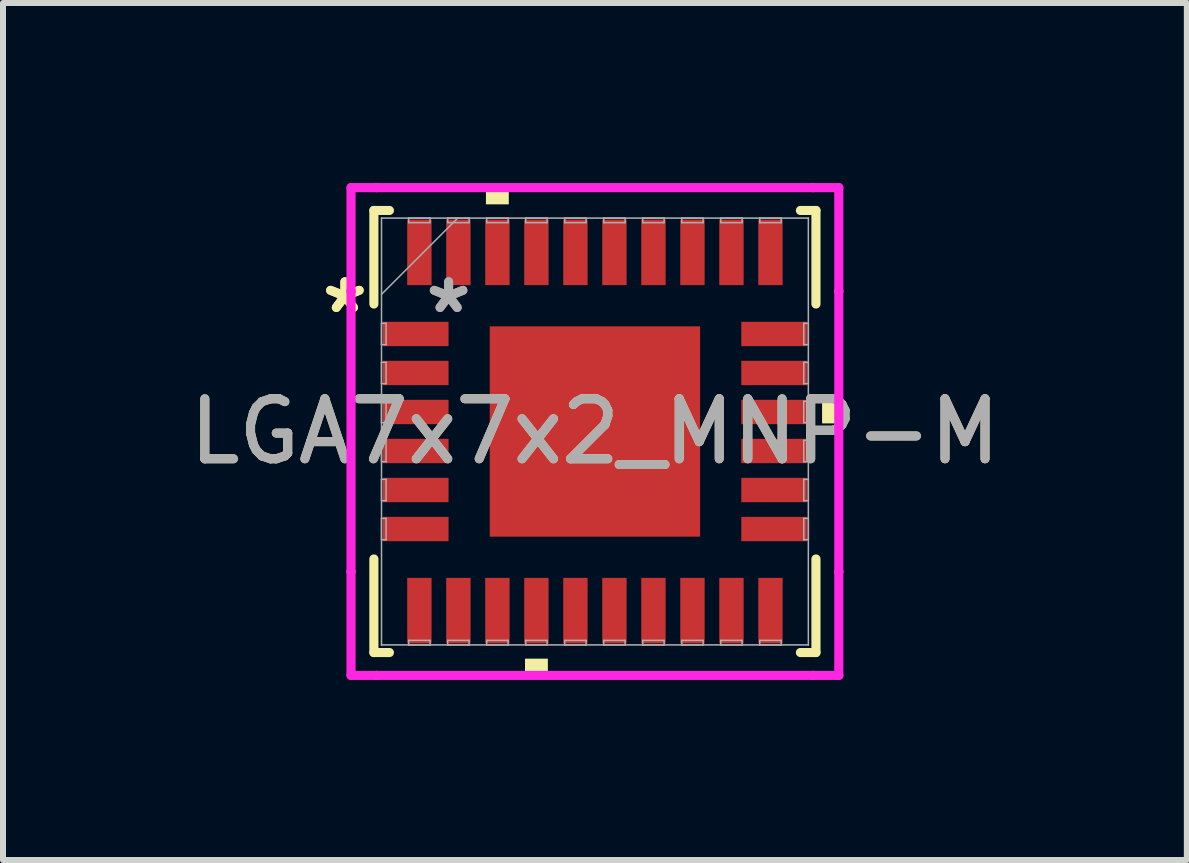
<source format=kicad_pcb>
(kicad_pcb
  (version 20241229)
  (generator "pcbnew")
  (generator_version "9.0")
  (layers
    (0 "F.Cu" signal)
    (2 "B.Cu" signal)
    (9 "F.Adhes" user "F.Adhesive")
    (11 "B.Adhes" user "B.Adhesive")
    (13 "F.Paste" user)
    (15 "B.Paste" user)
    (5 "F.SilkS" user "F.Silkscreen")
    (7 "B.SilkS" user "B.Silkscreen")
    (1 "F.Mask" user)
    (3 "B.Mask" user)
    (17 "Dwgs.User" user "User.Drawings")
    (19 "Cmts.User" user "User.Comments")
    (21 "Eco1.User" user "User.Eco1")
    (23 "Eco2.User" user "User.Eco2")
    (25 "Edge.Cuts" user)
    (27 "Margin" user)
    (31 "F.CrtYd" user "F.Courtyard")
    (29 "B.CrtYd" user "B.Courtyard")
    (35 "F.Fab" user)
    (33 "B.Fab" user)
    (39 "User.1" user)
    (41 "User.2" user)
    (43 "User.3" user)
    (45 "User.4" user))
  (footprint "LGA7x7x2_MNP-M"
    (layer "F.Cu")
    (at 6.863 4.14)
    (property "Reference" "LGA7x7x2_MNP-M" (at 0 0 0) (unlocked yes) (layer "F.SilkS") (effects (font (size 1 1) (thickness 0.15))))
    (attr smd)
    (fp_line (start -3.683 -3.683) (end -3.683 -2.124) (stroke (width 0.152) (type solid)) (layer "F.SilkS"))
    (fp_line (start -3.683 2.124) (end -3.683 3.683) (stroke (width 0.152) (type solid)) (layer "F.SilkS"))
    (fp_line (start -3.683 3.683) (end -3.424 3.683) (stroke (width 0.152) (type solid)) (layer "F.SilkS"))
    (fp_line (start -3.424 -3.683) (end -3.683 -3.683) (stroke (width 0.152) (type solid)) (layer "F.SilkS"))
    (fp_line (start 3.424 3.683) (end 3.683 3.683) (stroke (width 0.152) (type solid)) (layer "F.SilkS"))
    (fp_line (start 3.683 -3.683) (end 3.424 -3.683) (stroke (width 0.152) (type solid)) (layer "F.SilkS"))
    (fp_line (start 3.683 -2.124) (end 3.683 -3.683) (stroke (width 0.152) (type solid)) (layer "F.SilkS"))
    (fp_line (start 3.683 3.683) (end 3.683 2.124) (stroke (width 0.152) (type solid)) (layer "F.SilkS"))
    (fp_poly (pts (xy -1.816 -3.785) (xy -1.816 -4.039) (xy -1.435 -4.039) (xy -1.435 -3.785)) (stroke (width 0) (type solid)) (fill yes) (layer "F.SilkS"))
    (fp_poly (pts (xy -1.165 3.785) (xy -1.165 4.039) (xy -0.784 4.039) (xy -0.784 3.785)) (stroke (width 0) (type solid)) (fill yes) (layer "F.SilkS"))
    (fp_poly (pts (xy 4.039 -0.516) (xy 4.039 -0.135) (xy 3.785 -0.135) (xy 3.785 -0.516)) (stroke (width 0) (type solid)) (fill yes) (layer "F.SilkS"))
    (fp_poly (pts (xy -1.653 -1.653) (xy -1.653 -0.1) (xy -0.1 -0.1) (xy -0.1 -1.653)) (stroke (width 0) (type solid)) (fill yes) (layer "F.Paste"))
    (fp_poly (pts (xy -1.653 0.1) (xy -1.653 1.653) (xy -0.1 1.653) (xy -0.1 0.1)) (stroke (width 0) (type solid)) (fill yes) (layer "F.Paste"))
    (fp_poly (pts (xy 0.1 -1.653) (xy 0.1 -0.1) (xy 1.653 -0.1) (xy 1.653 -1.653)) (stroke (width 0) (type solid)) (fill yes) (layer "F.Paste"))
    (fp_poly (pts (xy 0.1 0.1) (xy 0.1 1.653) (xy 1.653 1.653) (xy 1.653 0.1)) (stroke (width 0) (type solid)) (fill yes) (layer "F.Paste"))
    (fp_line (start -4.064 -4.064) (end -3.636 -4.064) (stroke (width 0.152) (type solid)) (layer "F.CrtYd"))
    (fp_line (start -4.064 -2.336) (end -4.064 -4.064) (stroke (width 0.152) (type solid)) (layer "F.CrtYd"))
    (fp_line (start -4.064 -2.336) (end -4.064 -2.336) (stroke (width 0.152) (type solid)) (layer "F.CrtYd"))
    (fp_line (start -4.064 2.336) (end -4.064 -2.336) (stroke (width 0.152) (type solid)) (layer "F.CrtYd"))
    (fp_line (start -4.064 2.336) (end -4.064 2.336) (stroke (width 0.152) (type solid)) (layer "F.CrtYd"))
    (fp_line (start -4.064 4.064) (end -4.064 2.336) (stroke (width 0.152) (type solid)) (layer "F.CrtYd"))
    (fp_line (start -3.636 -4.064) (end -3.636 -4.064) (stroke (width 0.152) (type solid)) (layer "F.CrtYd"))
    (fp_line (start -3.636 -4.064) (end 3.636 -4.064) (stroke (width 0.152) (type solid)) (layer "F.CrtYd"))
    (fp_line (start -3.636 4.064) (end -4.064 4.064) (stroke (width 0.152) (type solid)) (layer "F.CrtYd"))
    (fp_line (start -3.636 4.064) (end -3.636 4.064) (stroke (width 0.152) (type solid)) (layer "F.CrtYd"))
    (fp_line (start 3.636 -4.064) (end 3.636 -4.064) (stroke (width 0.152) (type solid)) (layer "F.CrtYd"))
    (fp_line (start 3.636 -4.064) (end 4.064 -4.064) (stroke (width 0.152) (type solid)) (layer "F.CrtYd"))
    (fp_line (start 3.636 4.064) (end -3.636 4.064) (stroke (width 0.152) (type solid)) (layer "F.CrtYd"))
    (fp_line (start 3.636 4.064) (end 3.636 4.064) (stroke (width 0.152) (type solid)) (layer "F.CrtYd"))
    (fp_line (start 4.064 -4.064) (end 4.064 -2.336) (stroke (width 0.152) (type solid)) (layer "F.CrtYd"))
    (fp_line (start 4.064 -2.336) (end 4.064 -2.336) (stroke (width 0.152) (type solid)) (layer "F.CrtYd"))
    (fp_line (start 4.064 -2.336) (end 4.064 2.336) (stroke (width 0.152) (type solid)) (layer "F.CrtYd"))
    (fp_line (start 4.064 2.336) (end 4.064 2.336) (stroke (width 0.152) (type solid)) (layer "F.CrtYd"))
    (fp_line (start 4.064 2.336) (end 4.064 4.064) (stroke (width 0.152) (type solid)) (layer "F.CrtYd"))
    (fp_line (start 4.064 4.064) (end 3.636 4.064) (stroke (width 0.152) (type solid)) (layer "F.CrtYd"))
    (fp_line (start -3.556 -3.556) (end -3.556 -3.556) (stroke (width 0.025) (type solid)) (layer "F.Fab"))
    (fp_line (start -3.556 -3.556) (end -3.556 3.556) (stroke (width 0.025) (type solid)) (layer "F.Fab"))
    (fp_line (start -3.556 -2.286) (end -2.286 -3.556) (stroke (width 0.025) (type solid)) (layer "F.Fab"))
    (fp_line (start -3.556 -1.803) (end -3.48 -1.803) (stroke (width 0.025) (type solid)) (layer "F.Fab"))
    (fp_line (start -3.556 -1.447) (end -3.556 -1.803) (stroke (width 0.025) (type solid)) (layer "F.Fab"))
    (fp_line (start -3.556 -1.153) (end -3.48 -1.153) (stroke (width 0.025) (type solid)) (layer "F.Fab"))
    (fp_line (start -3.556 -0.797) (end -3.556 -1.153) (stroke (width 0.025) (type solid)) (layer "F.Fab"))
    (fp_line (start -3.556 -0.503) (end -3.48 -0.503) (stroke (width 0.025) (type solid)) (layer "F.Fab"))
    (fp_line (start -3.556 -0.147) (end -3.556 -0.503) (stroke (width 0.025) (type solid)) (layer "F.Fab"))
    (fp_line (start -3.556 0.147) (end -3.48 0.147) (stroke (width 0.025) (type solid)) (layer "F.Fab"))
    (fp_line (start -3.556 0.503) (end -3.556 0.147) (stroke (width 0.025) (type solid)) (layer "F.Fab"))
    (fp_line (start -3.556 0.797) (end -3.48 0.797) (stroke (width 0.025) (type solid)) (layer "F.Fab"))
    (fp_line (start -3.556 1.153) (end -3.556 0.797) (stroke (width 0.025) (type solid)) (layer "F.Fab"))
    (fp_line (start -3.556 1.447) (end -3.48 1.447) (stroke (width 0.025) (type solid)) (layer "F.Fab"))
    (fp_line (start -3.556 1.803) (end -3.556 1.447) (stroke (width 0.025) (type solid)) (layer "F.Fab"))
    (fp_line (start -3.556 3.556) (end -3.556 3.556) (stroke (width 0.025) (type solid)) (layer "F.Fab"))
    (fp_line (start -3.556 3.556) (end 3.556 3.556) (stroke (width 0.025) (type solid)) (layer "F.Fab"))
    (fp_line (start -3.48 -1.803) (end -3.48 -1.447) (stroke (width 0.025) (type solid)) (layer "F.Fab"))
    (fp_line (start -3.48 -1.447) (end -3.556 -1.447) (stroke (width 0.025) (type solid)) (layer "F.Fab"))
    (fp_line (start -3.48 -1.153) (end -3.48 -0.797) (stroke (width 0.025) (type solid)) (layer "F.Fab"))
    (fp_line (start -3.48 -0.797) (end -3.556 -0.797) (stroke (width 0.025) (type solid)) (layer "F.Fab"))
    (fp_line (start -3.48 -0.503) (end -3.48 -0.147) (stroke (width 0.025) (type solid)) (layer "F.Fab"))
    (fp_line (start -3.48 -0.147) (end -3.556 -0.147) (stroke (width 0.025) (type solid)) (layer "F.Fab"))
    (fp_line (start -3.48 0.147) (end -3.48 0.503) (stroke (width 0.025) (type solid)) (layer "F.Fab"))
    (fp_line (start -3.48 0.503) (end -3.556 0.503) (stroke (width 0.025) (type solid)) (layer "F.Fab"))
    (fp_line (start -3.48 0.797) (end -3.48 1.153) (stroke (width 0.025) (type solid)) (layer "F.Fab"))
    (fp_line (start -3.48 1.153) (end -3.556 1.153) (stroke (width 0.025) (type solid)) (layer "F.Fab"))
    (fp_line (start -3.48 1.447) (end -3.48 1.803) (stroke (width 0.025) (type solid)) (layer "F.Fab"))
    (fp_line (start -3.48 1.803) (end -3.556 1.803) (stroke (width 0.025) (type solid)) (layer "F.Fab"))
    (fp_line (start -3.103 -3.556) (end -2.747 -3.556) (stroke (width 0.025) (type solid)) (layer "F.Fab"))
    (fp_line (start -3.103 -3.48) (end -3.103 -3.556) (stroke (width 0.025) (type solid)) (layer "F.Fab"))
    (fp_line (start -3.103 3.48) (end -2.747 3.48) (stroke (width 0.025) (type solid)) (layer "F.Fab"))
    (fp_line (start -3.103 3.556) (end -3.103 3.48) (stroke (width 0.025) (type solid)) (layer "F.Fab"))
    (fp_line (start -2.747 -3.556) (end -2.747 -3.48) (stroke (width 0.025) (type solid)) (layer "F.Fab"))
    (fp_line (start -2.747 -3.48) (end -3.103 -3.48) (stroke (width 0.025) (type solid)) (layer "F.Fab"))
    (fp_line (start -2.747 3.48) (end -2.747 3.556) (stroke (width 0.025) (type solid)) (layer "F.Fab"))
    (fp_line (start -2.747 3.556) (end -3.103 3.556) (stroke (width 0.025) (type solid)) (layer "F.Fab"))
    (fp_line (start -2.453 -3.556) (end -2.097 -3.556) (stroke (width 0.025) (type solid)) (layer "F.Fab"))
    (fp_line (start -2.453 -3.48) (end -2.453 -3.556) (stroke (width 0.025) (type solid)) (layer "F.Fab"))
    (fp_line (start -2.453 3.48) (end -2.097 3.48) (stroke (width 0.025) (type solid)) (layer "F.Fab"))
    (fp_line (start -2.453 3.556) (end -2.453 3.48) (stroke (width 0.025) (type solid)) (layer "F.Fab"))
    (fp_line (start -2.097 -3.556) (end -2.097 -3.48) (stroke (width 0.025) (type solid)) (layer "F.Fab"))
    (fp_line (start -2.097 -3.48) (end -2.453 -3.48) (stroke (width 0.025) (type solid)) (layer "F.Fab"))
    (fp_line (start -2.097 3.48) (end -2.097 3.556) (stroke (width 0.025) (type solid)) (layer "F.Fab"))
    (fp_line (start -2.097 3.556) (end -2.453 3.556) (stroke (width 0.025) (type solid)) (layer "F.Fab"))
    (fp_line (start -1.803 -3.556) (end -1.447 -3.556) (stroke (width 0.025) (type solid)) (layer "F.Fab"))
    (fp_line (start -1.803 -3.48) (end -1.803 -3.556) (stroke (width 0.025) (type solid)) (layer "F.Fab"))
    (fp_line (start -1.803 3.48) (end -1.447 3.48) (stroke (width 0.025) (type solid)) (layer "F.Fab"))
    (fp_line (start -1.803 3.556) (end -1.803 3.48) (stroke (width 0.025) (type solid)) (layer "F.Fab"))
    (fp_line (start -1.447 -3.556) (end -1.447 -3.48) (stroke (width 0.025) (type solid)) (layer "F.Fab"))
    (fp_line (start -1.447 -3.48) (end -1.803 -3.48) (stroke (width 0.025) (type solid)) (layer "F.Fab"))
    (fp_line (start -1.447 3.48) (end -1.447 3.556) (stroke (width 0.025) (type solid)) (layer "F.Fab"))
    (fp_line (start -1.447 3.556) (end -1.803 3.556) (stroke (width 0.025) (type solid)) (layer "F.Fab"))
    (fp_line (start -1.153 -3.556) (end -0.797 -3.556) (stroke (width 0.025) (type solid)) (layer "F.Fab"))
    (fp_line (start -1.153 -3.48) (end -1.153 -3.556) (stroke (width 0.025) (type solid)) (layer "F.Fab"))
    (fp_line (start -1.153 3.48) (end -0.797 3.48) (stroke (width 0.025) (type solid)) (layer "F.Fab"))
    (fp_line (start -1.153 3.556) (end -1.153 3.48) (stroke (width 0.025) (type solid)) (layer "F.Fab"))
    (fp_line (start -0.797 -3.556) (end -0.797 -3.48) (stroke (width 0.025) (type solid)) (layer "F.Fab"))
    (fp_line (start -0.797 -3.48) (end -1.153 -3.48) (stroke (width 0.025) (type solid)) (layer "F.Fab"))
    (fp_line (start -0.797 3.48) (end -0.797 3.556) (stroke (width 0.025) (type solid)) (layer "F.Fab"))
    (fp_line (start -0.797 3.556) (end -1.153 3.556) (stroke (width 0.025) (type solid)) (layer "F.Fab"))
    (fp_line (start -0.503 -3.556) (end -0.147 -3.556) (stroke (width 0.025) (type solid)) (layer "F.Fab"))
    (fp_line (start -0.503 -3.48) (end -0.503 -3.556) (stroke (width 0.025) (type solid)) (layer "F.Fab"))
    (fp_line (start -0.503 3.48) (end -0.147 3.48) (stroke (width 0.025) (type solid)) (layer "F.Fab"))
    (fp_line (start -0.503 3.556) (end -0.503 3.48) (stroke (width 0.025) (type solid)) (layer "F.Fab"))
    (fp_line (start -0.147 -3.556) (end -0.147 -3.48) (stroke (width 0.025) (type solid)) (layer "F.Fab"))
    (fp_line (start -0.147 -3.48) (end -0.503 -3.48) (stroke (width 0.025) (type solid)) (layer "F.Fab"))
    (fp_line (start -0.147 3.48) (end -0.147 3.556) (stroke (width 0.025) (type solid)) (layer "F.Fab"))
    (fp_line (start -0.147 3.556) (end -0.503 3.556) (stroke (width 0.025) (type solid)) (layer "F.Fab"))
    (fp_line (start 0.147 -3.556) (end 0.503 -3.556) (stroke (width 0.025) (type solid)) (layer "F.Fab"))
    (fp_line (start 0.147 -3.48) (end 0.147 -3.556) (stroke (width 0.025) (type solid)) (layer "F.Fab"))
    (fp_line (start 0.147 3.48) (end 0.503 3.48) (stroke (width 0.025) (type solid)) (layer "F.Fab"))
    (fp_line (start 0.147 3.556) (end 0.147 3.48) (stroke (width 0.025) (type solid)) (layer "F.Fab"))
    (fp_line (start 0.503 -3.556) (end 0.503 -3.48) (stroke (width 0.025) (type solid)) (layer "F.Fab"))
    (fp_line (start 0.503 -3.48) (end 0.147 -3.48) (stroke (width 0.025) (type solid)) (layer "F.Fab"))
    (fp_line (start 0.503 3.48) (end 0.503 3.556) (stroke (width 0.025) (type solid)) (layer "F.Fab"))
    (fp_line (start 0.503 3.556) (end 0.147 3.556) (stroke (width 0.025) (type solid)) (layer "F.Fab"))
    (fp_line (start 0.797 -3.556) (end 1.153 -3.556) (stroke (width 0.025) (type solid)) (layer "F.Fab"))
    (fp_line (start 0.797 -3.48) (end 0.797 -3.556) (stroke (width 0.025) (type solid)) (layer "F.Fab"))
    (fp_line (start 0.797 3.48) (end 1.153 3.48) (stroke (width 0.025) (type solid)) (layer "F.Fab"))
    (fp_line (start 0.797 3.556) (end 0.797 3.48) (stroke (width 0.025) (type solid)) (layer "F.Fab"))
    (fp_line (start 1.153 -3.556) (end 1.153 -3.48) (stroke (width 0.025) (type solid)) (layer "F.Fab"))
    (fp_line (start 1.153 -3.48) (end 0.797 -3.48) (stroke (width 0.025) (type solid)) (layer "F.Fab"))
    (fp_line (start 1.153 3.48) (end 1.153 3.556) (stroke (width 0.025) (type solid)) (layer "F.Fab"))
    (fp_line (start 1.153 3.556) (end 0.797 3.556) (stroke (width 0.025) (type solid)) (layer "F.Fab"))
    (fp_line (start 1.447 -3.556) (end 1.803 -3.556) (stroke (width 0.025) (type solid)) (layer "F.Fab"))
    (fp_line (start 1.447 -3.48) (end 1.447 -3.556) (stroke (width 0.025) (type solid)) (layer "F.Fab"))
    (fp_line (start 1.447 3.48) (end 1.803 3.48) (stroke (width 0.025) (type solid)) (layer "F.Fab"))
    (fp_line (start 1.447 3.556) (end 1.447 3.48) (stroke (width 0.025) (type solid)) (layer "F.Fab"))
    (fp_line (start 1.803 -3.556) (end 1.803 -3.48) (stroke (width 0.025) (type solid)) (layer "F.Fab"))
    (fp_line (start 1.803 -3.48) (end 1.447 -3.48) (stroke (width 0.025) (type solid)) (layer "F.Fab"))
    (fp_line (start 1.803 3.48) (end 1.803 3.556) (stroke (width 0.025) (type solid)) (layer "F.Fab"))
    (fp_line (start 1.803 3.556) (end 1.447 3.556) (stroke (width 0.025) (type solid)) (layer "F.Fab"))
    (fp_line (start 2.097 -3.556) (end 2.453 -3.556) (stroke (width 0.025) (type solid)) (layer "F.Fab"))
    (fp_line (start 2.097 -3.48) (end 2.097 -3.556) (stroke (width 0.025) (type solid)) (layer "F.Fab"))
    (fp_line (start 2.097 3.48) (end 2.453 3.48) (stroke (width 0.025) (type solid)) (layer "F.Fab"))
    (fp_line (start 2.097 3.556) (end 2.097 3.48) (stroke (width 0.025) (type solid)) (layer "F.Fab"))
    (fp_line (start 2.453 -3.556) (end 2.453 -3.48) (stroke (width 0.025) (type solid)) (layer "F.Fab"))
    (fp_line (start 2.453 -3.48) (end 2.097 -3.48) (stroke (width 0.025) (type solid)) (layer "F.Fab"))
    (fp_line (start 2.453 3.48) (end 2.453 3.556) (stroke (width 0.025) (type solid)) (layer "F.Fab"))
    (fp_line (start 2.453 3.556) (end 2.097 3.556) (stroke (width 0.025) (type solid)) (layer "F.Fab"))
    (fp_line (start 2.747 -3.556) (end 3.103 -3.556) (stroke (width 0.025) (type solid)) (layer "F.Fab"))
    (fp_line (start 2.747 -3.48) (end 2.747 -3.556) (stroke (width 0.025) (type solid)) (layer "F.Fab"))
    (fp_line (start 2.747 3.48) (end 3.103 3.48) (stroke (width 0.025) (type solid)) (layer "F.Fab"))
    (fp_line (start 2.747 3.556) (end 2.747 3.48) (stroke (width 0.025) (type solid)) (layer "F.Fab"))
    (fp_line (start 3.103 -3.556) (end 3.103 -3.48) (stroke (width 0.025) (type solid)) (layer "F.Fab"))
    (fp_line (start 3.103 -3.48) (end 2.747 -3.48) (stroke (width 0.025) (type solid)) (layer "F.Fab"))
    (fp_line (start 3.103 3.48) (end 3.103 3.556) (stroke (width 0.025) (type solid)) (layer "F.Fab"))
    (fp_line (start 3.103 3.556) (end 2.747 3.556) (stroke (width 0.025) (type solid)) (layer "F.Fab"))
    (fp_line (start 3.48 -1.803) (end 3.556 -1.803) (stroke (width 0.025) (type solid)) (layer "F.Fab"))
    (fp_line (start 3.48 -1.447) (end 3.48 -1.803) (stroke (width 0.025) (type solid)) (layer "F.Fab"))
    (fp_line (start 3.48 -1.153) (end 3.556 -1.153) (stroke (width 0.025) (type solid)) (layer "F.Fab"))
    (fp_line (start 3.48 -0.797) (end 3.48 -1.153) (stroke (width 0.025) (type solid)) (layer "F.Fab"))
    (fp_line (start 3.48 -0.503) (end 3.556 -0.503) (stroke (width 0.025) (type solid)) (layer "F.Fab"))
    (fp_line (start 3.48 -0.147) (end 3.48 -0.503) (stroke (width 0.025) (type solid)) (layer "F.Fab"))
    (fp_line (start 3.48 0.147) (end 3.556 0.147) (stroke (width 0.025) (type solid)) (layer "F.Fab"))
    (fp_line (start 3.48 0.503) (end 3.48 0.147) (stroke (width 0.025) (type solid)) (layer "F.Fab"))
    (fp_line (start 3.48 0.797) (end 3.556 0.797) (stroke (width 0.025) (type solid)) (layer "F.Fab"))
    (fp_line (start 3.48 1.153) (end 3.48 0.797) (stroke (width 0.025) (type solid)) (layer "F.Fab"))
    (fp_line (start 3.48 1.447) (end 3.556 1.447) (stroke (width 0.025) (type solid)) (layer "F.Fab"))
    (fp_line (start 3.48 1.803) (end 3.48 1.447) (stroke (width 0.025) (type solid)) (layer "F.Fab"))
    (fp_line (start 3.556 -3.556) (end -3.556 -3.556) (stroke (width 0.025) (type solid)) (layer "F.Fab"))
    (fp_line (start 3.556 -3.556) (end 3.556 -3.556) (stroke (width 0.025) (type solid)) (layer "F.Fab"))
    (fp_line (start 3.556 -1.803) (end 3.556 -1.447) (stroke (width 0.025) (type solid)) (layer "F.Fab"))
    (fp_line (start 3.556 -1.447) (end 3.48 -1.447) (stroke (width 0.025) (type solid)) (layer "F.Fab"))
    (fp_line (start 3.556 -1.153) (end 3.556 -0.797) (stroke (width 0.025) (type solid)) (layer "F.Fab"))
    (fp_line (start 3.556 -0.797) (end 3.48 -0.797) (stroke (width 0.025) (type solid)) (layer "F.Fab"))
    (fp_line (start 3.556 -0.503) (end 3.556 -0.147) (stroke (width 0.025) (type solid)) (layer "F.Fab"))
    (fp_line (start 3.556 -0.147) (end 3.48 -0.147) (stroke (width 0.025) (type solid)) (layer "F.Fab"))
    (fp_line (start 3.556 0.147) (end 3.556 0.503) (stroke (width 0.025) (type solid)) (layer "F.Fab"))
    (fp_line (start 3.556 0.503) (end 3.48 0.503) (stroke (width 0.025) (type solid)) (layer "F.Fab"))
    (fp_line (start 3.556 0.797) (end 3.556 1.153) (stroke (width 0.025) (type solid)) (layer "F.Fab"))
    (fp_line (start 3.556 1.153) (end 3.48 1.153) (stroke (width 0.025) (type solid)) (layer "F.Fab"))
    (fp_line (start 3.556 1.447) (end 3.556 1.803) (stroke (width 0.025) (type solid)) (layer "F.Fab"))
    (fp_line (start 3.556 1.803) (end 3.48 1.803) (stroke (width 0.025) (type solid)) (layer "F.Fab"))
    (fp_line (start 3.556 3.556) (end 3.556 -3.556) (stroke (width 0.025) (type solid)) (layer "F.Fab"))
    (fp_line (start 3.556 3.556) (end 3.556 3.556) (stroke (width 0.025) (type solid)) (layer "F.Fab"))
    (fp_text user "*" (at -4.166 -1.95 0) (unlocked yes) (layer "F.SilkS") (effects (font (size 1 1) (thickness 0.15))))
    (fp_text user "*" (at -4.166 -1.95 0) (layer "F.SilkS") (effects (font (size 1 1) (thickness 0.15))))
    (fp_text user "*" (at -2.438 -1.95 0) (layer "F.Fab") (effects (font (size 1 1) (thickness 0.15))))
    (fp_text user "${REFERENCE}" (at 0 0 0) (unlocked yes) (layer "F.Fab") (effects (font (size 1 1) (thickness 0.15))))
    (fp_text user "*" (at -2.438 -1.95 0) (unlocked yes) (layer "F.Fab") (effects (font (size 1 1) (thickness 0.15))))
    (pad "1" smd rect (at -2.985 -1.625 90) (size 0.406 1.092) (layers "F.Cu" "F.Mask" "F.Paste"))
    (pad "2" smd rect (at -2.985 -0.975 90) (size 0.406 1.092) (layers "F.Cu" "F.Mask" "F.Paste"))
    (pad "3" smd rect (at -2.985 -0.325 90) (size 0.406 1.092) (layers "F.Cu" "F.Mask" "F.Paste"))
    (pad "4" smd rect (at -2.985 0.325 90) (size 0.406 1.092) (layers "F.Cu" "F.Mask" "F.Paste"))
    (pad "5" smd rect (at -2.985 0.975 90) (size 0.406 1.092) (layers "F.Cu" "F.Mask" "F.Paste"))
    (pad "6" smd rect (at -2.985 1.625 90) (size 0.406 1.092) (layers "F.Cu" "F.Mask" "F.Paste"))
    (pad "7" smd rect (at -2.925 2.985) (size 0.406 1.092) (layers "F.Cu" "F.Mask" "F.Paste"))
    (pad "8" smd rect (at -2.275 2.985) (size 0.406 1.092) (layers "F.Cu" "F.Mask" "F.Paste"))
    (pad "9" smd rect (at -1.625 2.985) (size 0.406 1.092) (layers "F.Cu" "F.Mask" "F.Paste"))
    (pad "10" smd rect (at -0.975 2.985) (size 0.406 1.092) (layers "F.Cu" "F.Mask" "F.Paste"))
    (pad "11" smd rect (at -0.325 2.985) (size 0.406 1.092) (layers "F.Cu" "F.Mask" "F.Paste"))
    (pad "12" smd rect (at 0.325 2.985) (size 0.406 1.092) (layers "F.Cu" "F.Mask" "F.Paste"))
    (pad "13" smd rect (at 0.975 2.985) (size 0.406 1.092) (layers "F.Cu" "F.Mask" "F.Paste"))
    (pad "14" smd rect (at 1.625 2.985) (size 0.406 1.092) (layers "F.Cu" "F.Mask" "F.Paste"))
    (pad "15" smd rect (at 2.275 2.985) (size 0.406 1.092) (layers "F.Cu" "F.Mask" "F.Paste"))
    (pad "16" smd rect (at 2.925 2.985) (size 0.406 1.092) (layers "F.Cu" "F.Mask" "F.Paste"))
    (pad "17" smd rect (at 2.985 1.625 90) (size 0.406 1.092) (layers "F.Cu" "F.Mask" "F.Paste"))
    (pad "18" smd rect (at 2.985 0.975 90) (size 0.406 1.092) (layers "F.Cu" "F.Mask" "F.Paste"))
    (pad "19" smd rect (at 2.985 0.325 90) (size 0.406 1.092) (layers "F.Cu" "F.Mask" "F.Paste"))
    (pad "20" smd rect (at 2.985 -0.325 90) (size 0.406 1.092) (layers "F.Cu" "F.Mask" "F.Paste"))
    (pad "21" smd rect (at 2.985 -0.975 90) (size 0.406 1.092) (layers "F.Cu" "F.Mask" "F.Paste"))
    (pad "22" smd rect (at 2.985 -1.625 90) (size 0.406 1.092) (layers "F.Cu" "F.Mask" "F.Paste"))
    (pad "23" smd rect (at 2.925 -2.985) (size 0.406 1.092) (layers "F.Cu" "F.Mask" "F.Paste"))
    (pad "24" smd rect (at 2.275 -2.985) (size 0.406 1.092) (layers "F.Cu" "F.Mask" "F.Paste"))
    (pad "25" smd rect (at 1.625 -2.985) (size 0.406 1.092) (layers "F.Cu" "F.Mask" "F.Paste"))
    (pad "26" smd rect (at 0.975 -2.985) (size 0.406 1.092) (layers "F.Cu" "F.Mask" "F.Paste"))
    (pad "27" smd rect (at 0.325 -2.985) (size 0.406 1.092) (layers "F.Cu" "F.Mask" "F.Paste"))
    (pad "28" smd rect (at -0.325 -2.985) (size 0.406 1.092) (layers "F.Cu" "F.Mask" "F.Paste"))
    (pad "29" smd rect (at -0.975 -2.985) (size 0.406 1.092) (layers "F.Cu" "F.Mask" "F.Paste"))
    (pad "30" smd rect (at -1.625 -2.985) (size 0.406 1.092) (layers "F.Cu" "F.Mask" "F.Paste"))
    (pad "31" smd rect (at -2.275 -2.985) (size 0.406 1.092) (layers "F.Cu" "F.Mask" "F.Paste"))
    (pad "32" smd rect (at -2.925 -2.985) (size 0.406 1.092) (layers "F.Cu" "F.Mask" "F.Paste"))
    (pad "33" smd rect (at 0 0) (size 3.505 3.505) (layers "F.Cu" "F.Mask" "F.Paste")))
  (gr_rect
    (start -3 -3)
    (end 16.726 11.28)
    (stroke (width 0.1) (type default))
    (fill no)
    (layer "Edge.Cuts")))
</source>
